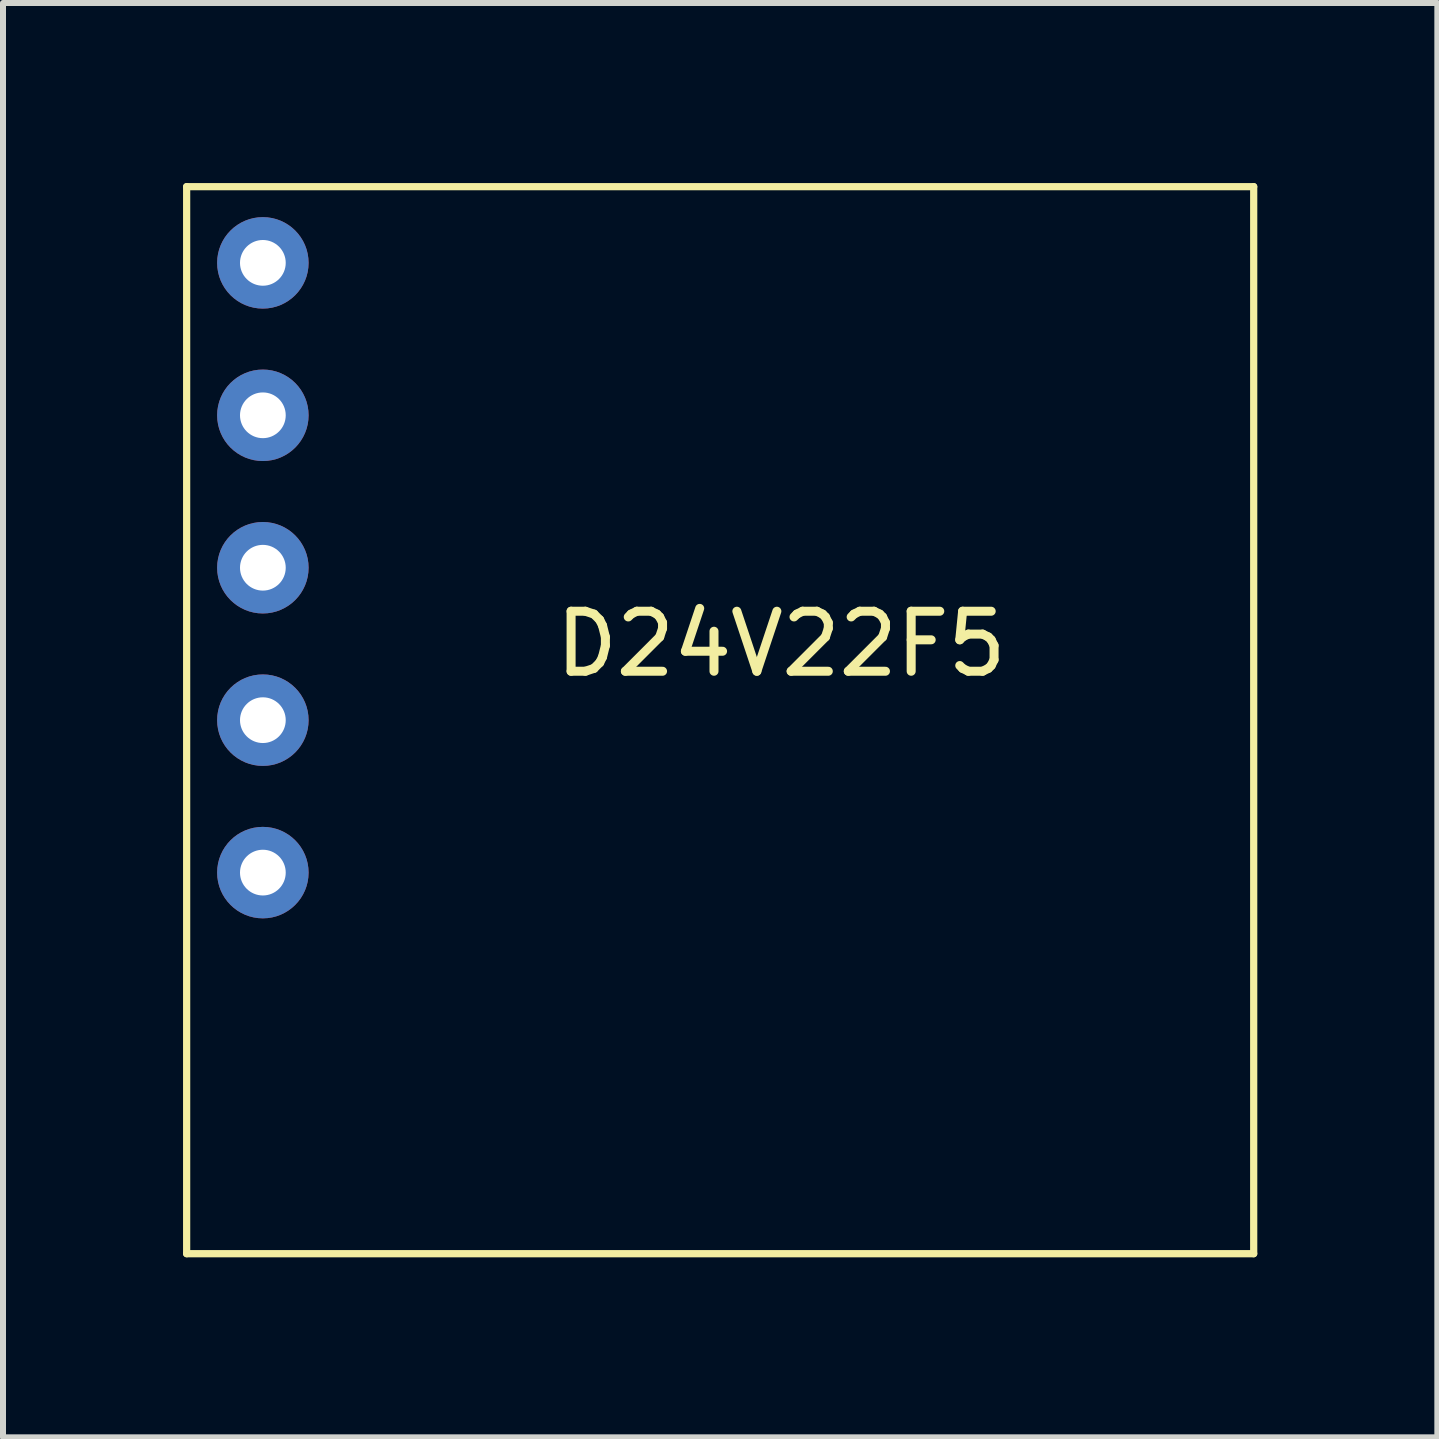
<source format=kicad_pcb>
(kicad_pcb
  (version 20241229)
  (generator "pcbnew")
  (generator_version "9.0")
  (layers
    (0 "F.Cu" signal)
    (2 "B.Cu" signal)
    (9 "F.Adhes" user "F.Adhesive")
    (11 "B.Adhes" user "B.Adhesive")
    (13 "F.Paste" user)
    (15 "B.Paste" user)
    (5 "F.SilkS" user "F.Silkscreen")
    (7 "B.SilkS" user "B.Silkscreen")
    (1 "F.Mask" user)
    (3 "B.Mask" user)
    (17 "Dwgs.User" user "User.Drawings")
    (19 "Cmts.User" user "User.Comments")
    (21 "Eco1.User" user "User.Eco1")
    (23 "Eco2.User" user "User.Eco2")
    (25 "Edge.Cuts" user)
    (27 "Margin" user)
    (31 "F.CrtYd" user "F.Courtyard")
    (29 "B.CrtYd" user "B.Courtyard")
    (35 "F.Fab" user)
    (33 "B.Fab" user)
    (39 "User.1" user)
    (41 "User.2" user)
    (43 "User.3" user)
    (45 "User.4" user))
  (footprint "D24V22F5"
    (layer "F.Cu")
    (at 1.33 1.33)
    (property "Reference" "D24V22F5" (at 8.636 6.35 0) (layer "F.SilkS") (effects (font (size 1 1) (thickness 0.15))))
    (attr through_hole)
    (fp_line (start -1.27 -1.27) (end 16.51 -1.27) (stroke (width 0.12) (type solid)) (layer "F.SilkS"))
    (fp_line (start -1.27 16.51) (end -1.27 -1.27) (stroke (width 0.12) (type solid)) (layer "F.SilkS"))
    (fp_line (start 16.51 -1.27) (end 16.51 16.51) (stroke (width 0.12) (type solid)) (layer "F.SilkS"))
    (fp_line (start 16.51 16.51) (end -1.27 16.51) (stroke (width 0.12) (type solid)) (layer "F.SilkS"))
    (pad "1" thru_hole circle (at 0 0) (size 1.524 1.524) (drill 0.762) (layers "*.Cu" "*.Mask"))
    (pad "2" thru_hole circle (at 0 2.54) (size 1.524 1.524) (drill 0.762) (layers "*.Cu" "*.Mask"))
    (pad "3" thru_hole circle (at 0 5.08) (size 1.524 1.524) (drill 0.762) (layers "*.Cu" "*.Mask"))
    (pad "4" thru_hole circle (at 0 7.62) (size 1.524 1.524) (drill 0.762) (layers "*.Cu" "*.Mask"))
    (pad "5" thru_hole circle (at 0 10.16) (size 1.524 1.524) (drill 0.762) (layers "*.Cu" "*.Mask")))
  (gr_rect
    (start -3 -3)
    (end 20.9 20.9)
    (stroke (width 0.1) (type default))
    (fill no)
    (layer "Edge.Cuts")))
</source>
